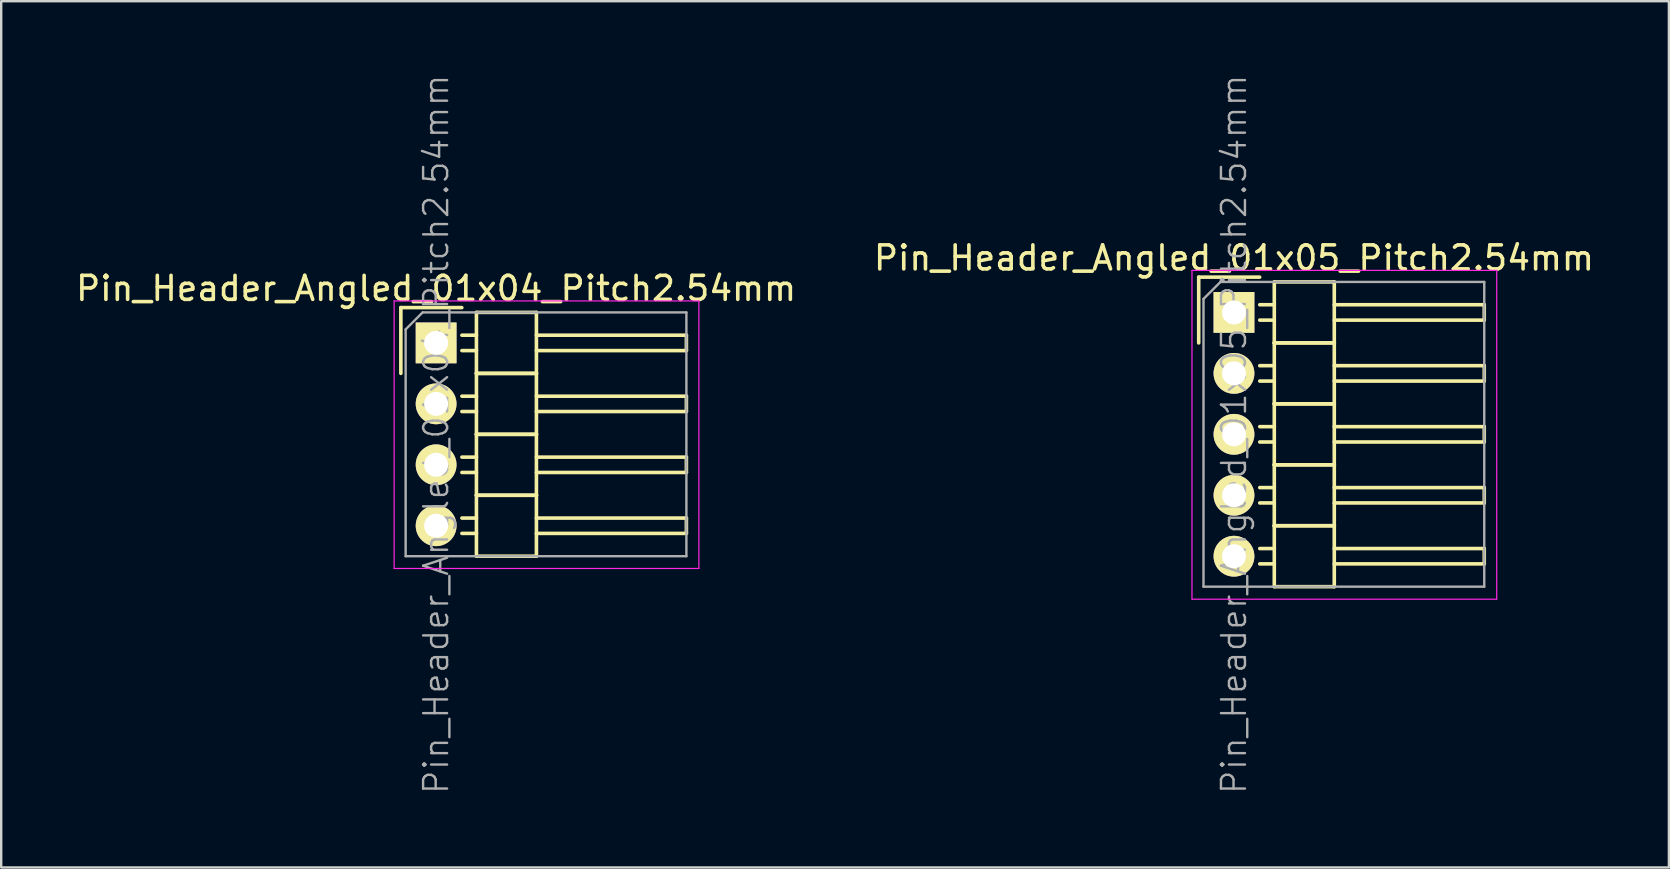
<source format=kicad_pcb>
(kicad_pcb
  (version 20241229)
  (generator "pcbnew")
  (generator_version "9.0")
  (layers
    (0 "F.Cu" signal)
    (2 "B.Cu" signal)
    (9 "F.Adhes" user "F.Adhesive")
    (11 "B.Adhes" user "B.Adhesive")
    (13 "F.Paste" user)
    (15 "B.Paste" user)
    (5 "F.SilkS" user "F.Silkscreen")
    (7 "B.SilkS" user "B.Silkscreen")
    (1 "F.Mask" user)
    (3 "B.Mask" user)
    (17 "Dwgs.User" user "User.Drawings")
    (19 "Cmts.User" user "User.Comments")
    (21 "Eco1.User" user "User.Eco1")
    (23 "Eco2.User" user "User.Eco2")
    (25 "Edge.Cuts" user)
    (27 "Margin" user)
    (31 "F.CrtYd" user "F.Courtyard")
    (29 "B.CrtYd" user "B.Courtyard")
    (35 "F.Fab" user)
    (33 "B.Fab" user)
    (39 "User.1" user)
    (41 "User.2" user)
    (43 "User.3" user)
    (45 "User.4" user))
  (footprint "Pin_Header_Angled_01x04_Pitch2.54mm"
    (layer "F.Cu")
    (at 15.125 11.24)
    (property "Reference" "Pin_Header_Angled_01x04_Pitch2.54mm" (at 0 -2.27 0) (layer "F.SilkS") (effects (font (size 1 1) (thickness 0.15))))
    (attr smd)
    (fp_line (start -1.47 -1.47) (end -1.47 1.27) (stroke (width 0.15) (type solid)) (layer "F.SilkS"))
    (fp_line (start -1.47 -1.47) (end 1.07 -1.47) (stroke (width 0.15) (type solid)) (layer "F.SilkS"))
    (fp_line (start 1.68 -0.32) (end 1.075 -0.32) (stroke (width 0.15) (type solid)) (layer "F.SilkS"))
    (fp_line (start 1.68 0.32) (end 1.075 0.32) (stroke (width 0.15) (type solid)) (layer "F.SilkS"))
    (fp_line (start 1.68 1.27) (end 1.68 -1.27) (stroke (width 0.15) (type solid)) (layer "F.SilkS"))
    (fp_line (start 1.68 2.22) (end 1.075 2.22) (stroke (width 0.15) (type solid)) (layer "F.SilkS"))
    (fp_line (start 1.68 2.86) (end 1.075 2.86) (stroke (width 0.15) (type solid)) (layer "F.SilkS"))
    (fp_line (start 1.68 3.81) (end 1.68 1.27) (stroke (width 0.15) (type solid)) (layer "F.SilkS"))
    (fp_line (start 1.68 4.76) (end 1.075 4.76) (stroke (width 0.15) (type solid)) (layer "F.SilkS"))
    (fp_line (start 1.68 5.4) (end 1.075 5.4) (stroke (width 0.15) (type solid)) (layer "F.SilkS"))
    (fp_line (start 1.68 6.35) (end 1.68 3.81) (stroke (width 0.15) (type solid)) (layer "F.SilkS"))
    (fp_line (start 1.68 7.3) (end 1.075 7.3) (stroke (width 0.15) (type solid)) (layer "F.SilkS"))
    (fp_line (start 1.68 7.94) (end 1.075 7.94) (stroke (width 0.15) (type solid)) (layer "F.SilkS"))
    (fp_line (start 1.68 8.89) (end 1.68 6.35) (stroke (width 0.15) (type solid)) (layer "F.SilkS"))
    (fp_line (start 4.18 -1.27) (end 1.68 -1.27) (stroke (width 0.15) (type solid)) (layer "F.SilkS"))
    (fp_line (start 4.18 -0.32) (end 10.43 -0.32) (stroke (width 0.15) (type solid)) (layer "F.SilkS"))
    (fp_line (start 4.18 0.32) (end 10.43 0.32) (stroke (width 0.15) (type solid)) (layer "F.SilkS"))
    (fp_line (start 4.18 1.27) (end 1.68 1.27) (stroke (width 0.15) (type solid)) (layer "F.SilkS"))
    (fp_line (start 4.18 1.27) (end 1.68 1.27) (stroke (width 0.15) (type solid)) (layer "F.SilkS"))
    (fp_line (start 4.18 1.27) (end 4.18 -1.27) (stroke (width 0.15) (type solid)) (layer "F.SilkS"))
    (fp_line (start 4.18 2.22) (end 10.43 2.22) (stroke (width 0.15) (type solid)) (layer "F.SilkS"))
    (fp_line (start 4.18 2.86) (end 10.43 2.86) (stroke (width 0.15) (type solid)) (layer "F.SilkS"))
    (fp_line (start 4.18 3.81) (end 1.68 3.81) (stroke (width 0.15) (type solid)) (layer "F.SilkS"))
    (fp_line (start 4.18 3.81) (end 1.68 3.81) (stroke (width 0.15) (type solid)) (layer "F.SilkS"))
    (fp_line (start 4.18 3.81) (end 4.18 1.27) (stroke (width 0.15) (type solid)) (layer "F.SilkS"))
    (fp_line (start 4.18 4.76) (end 10.43 4.76) (stroke (width 0.15) (type solid)) (layer "F.SilkS"))
    (fp_line (start 4.18 5.4) (end 10.43 5.4) (stroke (width 0.15) (type solid)) (layer "F.SilkS"))
    (fp_line (start 4.18 6.35) (end 1.68 6.35) (stroke (width 0.15) (type solid)) (layer "F.SilkS"))
    (fp_line (start 4.18 6.35) (end 1.68 6.35) (stroke (width 0.15) (type solid)) (layer "F.SilkS"))
    (fp_line (start 4.18 6.35) (end 4.18 3.81) (stroke (width 0.15) (type solid)) (layer "F.SilkS"))
    (fp_line (start 4.18 7.3) (end 10.43 7.3) (stroke (width 0.15) (type solid)) (layer "F.SilkS"))
    (fp_line (start 4.18 7.94) (end 10.43 7.94) (stroke (width 0.15) (type solid)) (layer "F.SilkS"))
    (fp_line (start 4.18 8.89) (end 1.68 8.89) (stroke (width 0.15) (type solid)) (layer "F.SilkS"))
    (fp_line (start 4.18 8.89) (end 4.18 6.35) (stroke (width 0.15) (type solid)) (layer "F.SilkS"))
    (fp_line (start 10.43 0.32) (end 10.43 -0.32) (stroke (width 0.15) (type solid)) (layer "F.SilkS"))
    (fp_line (start 10.43 2.86) (end 10.43 2.22) (stroke (width 0.15) (type solid)) (layer "F.SilkS"))
    (fp_line (start 10.43 5.4) (end 10.43 4.76) (stroke (width 0.15) (type solid)) (layer "F.SilkS"))
    (fp_line (start 10.43 7.94) (end 10.43 7.3) (stroke (width 0.15) (type solid)) (layer "F.SilkS"))
    (fp_line (start -1.75 -1.75) (end -1.75 9.4) (stroke (width 0.05) (type solid)) (layer "F.CrtYd"))
    (fp_line (start 10.95 -1.75) (end -1.75 -1.75) (stroke (width 0.05) (type solid)) (layer "F.CrtYd"))
    (fp_line (start 10.95 -1.75) (end 10.95 9.4) (stroke (width 0.05) (type solid)) (layer "F.CrtYd"))
    (fp_line (start 10.95 9.4) (end -1.75 9.4) (stroke (width 0.05) (type solid)) (layer "F.CrtYd"))
    (fp_line (start -1.27 -0.563) (end -0.563 -1.27) (stroke (width 0.1) (type solid)) (layer "F.Fab"))
    (fp_line (start -1.27 8.89) (end -1.27 -0.563) (stroke (width 0.1) (type solid)) (layer "F.Fab"))
    (fp_line (start 10.43 -1.27) (end -0.563 -1.27) (stroke (width 0.1) (type solid)) (layer "F.Fab"))
    (fp_line (start 10.43 8.89) (end -1.27 8.89) (stroke (width 0.1) (type solid)) (layer "F.Fab"))
    (fp_line (start 10.43 8.89) (end 10.43 -1.27) (stroke (width 0.1) (type solid)) (layer "F.Fab"))
    (fp_text user "${REFERENCE}" (at 0 3.81 90) (layer "F.Fab") (effects (font (size 1 1) (thickness 0.1))))
    (pad "1" thru_hole rect (at 0 0) (size 1.7 1.7) (drill 1) (layers "*.Cu" "*.Mask" "F.SilkS"))
    (pad "2" thru_hole oval (at 0 2.54) (size 1.7 1.7) (drill 1) (layers "*.Cu" "*.Mask" "F.SilkS"))
    (pad "3" thru_hole oval (at 0 5.08) (size 1.7 1.7) (drill 1) (layers "*.Cu" "*.Mask" "F.SilkS"))
    (pad "4" thru_hole oval (at 0 7.62) (size 1.7 1.7) (drill 1) (layers "*.Cu" "*.Mask" "F.SilkS")))
  (footprint "Pin_Header_Angled_01x05_Pitch2.54mm"
    (layer "F.Cu")
    (at 48.375 9.97)
    (property "Reference" "Pin_Header_Angled_01x05_Pitch2.54mm" (at 0 -2.27 0) (layer "F.SilkS") (effects (font (size 1 1) (thickness 0.15))))
    (attr smd)
    (fp_line (start -1.47 -1.47) (end -1.47 1.27) (stroke (width 0.15) (type solid)) (layer "F.SilkS"))
    (fp_line (start -1.47 -1.47) (end 1.07 -1.47) (stroke (width 0.15) (type solid)) (layer "F.SilkS"))
    (fp_line (start 1.68 -0.32) (end 1.075 -0.32) (stroke (width 0.15) (type solid)) (layer "F.SilkS"))
    (fp_line (start 1.68 0.32) (end 1.075 0.32) (stroke (width 0.15) (type solid)) (layer "F.SilkS"))
    (fp_line (start 1.68 1.27) (end 1.68 -1.27) (stroke (width 0.15) (type solid)) (layer "F.SilkS"))
    (fp_line (start 1.68 2.22) (end 1.075 2.22) (stroke (width 0.15) (type solid)) (layer "F.SilkS"))
    (fp_line (start 1.68 2.86) (end 1.075 2.86) (stroke (width 0.15) (type solid)) (layer "F.SilkS"))
    (fp_line (start 1.68 3.81) (end 1.68 1.27) (stroke (width 0.15) (type solid)) (layer "F.SilkS"))
    (fp_line (start 1.68 4.76) (end 1.075 4.76) (stroke (width 0.15) (type solid)) (layer "F.SilkS"))
    (fp_line (start 1.68 5.4) (end 1.075 5.4) (stroke (width 0.15) (type solid)) (layer "F.SilkS"))
    (fp_line (start 1.68 6.35) (end 1.68 3.81) (stroke (width 0.15) (type solid)) (layer "F.SilkS"))
    (fp_line (start 1.68 7.3) (end 1.075 7.3) (stroke (width 0.15) (type solid)) (layer "F.SilkS"))
    (fp_line (start 1.68 7.94) (end 1.075 7.94) (stroke (width 0.15) (type solid)) (layer "F.SilkS"))
    (fp_line (start 1.68 8.89) (end 1.68 6.35) (stroke (width 0.15) (type solid)) (layer "F.SilkS"))
    (fp_line (start 1.68 9.84) (end 1.075 9.84) (stroke (width 0.15) (type solid)) (layer "F.SilkS"))
    (fp_line (start 1.68 10.48) (end 1.075 10.48) (stroke (width 0.15) (type solid)) (layer "F.SilkS"))
    (fp_line (start 1.68 11.43) (end 1.68 8.89) (stroke (width 0.15) (type solid)) (layer "F.SilkS"))
    (fp_line (start 4.18 -1.27) (end 1.68 -1.27) (stroke (width 0.15) (type solid)) (layer "F.SilkS"))
    (fp_line (start 4.18 -0.32) (end 10.43 -0.32) (stroke (width 0.15) (type solid)) (layer "F.SilkS"))
    (fp_line (start 4.18 0.32) (end 10.43 0.32) (stroke (width 0.15) (type solid)) (layer "F.SilkS"))
    (fp_line (start 4.18 1.27) (end 1.68 1.27) (stroke (width 0.15) (type solid)) (layer "F.SilkS"))
    (fp_line (start 4.18 1.27) (end 1.68 1.27) (stroke (width 0.15) (type solid)) (layer "F.SilkS"))
    (fp_line (start 4.18 1.27) (end 4.18 -1.27) (stroke (width 0.15) (type solid)) (layer "F.SilkS"))
    (fp_line (start 4.18 2.22) (end 10.43 2.22) (stroke (width 0.15) (type solid)) (layer "F.SilkS"))
    (fp_line (start 4.18 2.86) (end 10.43 2.86) (stroke (width 0.15) (type solid)) (layer "F.SilkS"))
    (fp_line (start 4.18 3.81) (end 1.68 3.81) (stroke (width 0.15) (type solid)) (layer "F.SilkS"))
    (fp_line (start 4.18 3.81) (end 1.68 3.81) (stroke (width 0.15) (type solid)) (layer "F.SilkS"))
    (fp_line (start 4.18 3.81) (end 4.18 1.27) (stroke (width 0.15) (type solid)) (layer "F.SilkS"))
    (fp_line (start 4.18 4.76) (end 10.43 4.76) (stroke (width 0.15) (type solid)) (layer "F.SilkS"))
    (fp_line (start 4.18 5.4) (end 10.43 5.4) (stroke (width 0.15) (type solid)) (layer "F.SilkS"))
    (fp_line (start 4.18 6.35) (end 1.68 6.35) (stroke (width 0.15) (type solid)) (layer "F.SilkS"))
    (fp_line (start 4.18 6.35) (end 1.68 6.35) (stroke (width 0.15) (type solid)) (layer "F.SilkS"))
    (fp_line (start 4.18 6.35) (end 4.18 3.81) (stroke (width 0.15) (type solid)) (layer "F.SilkS"))
    (fp_line (start 4.18 7.3) (end 10.43 7.3) (stroke (width 0.15) (type solid)) (layer "F.SilkS"))
    (fp_line (start 4.18 7.94) (end 10.43 7.94) (stroke (width 0.15) (type solid)) (layer "F.SilkS"))
    (fp_line (start 4.18 8.89) (end 1.68 8.89) (stroke (width 0.15) (type solid)) (layer "F.SilkS"))
    (fp_line (start 4.18 8.89) (end 1.68 8.89) (stroke (width 0.15) (type solid)) (layer "F.SilkS"))
    (fp_line (start 4.18 8.89) (end 4.18 6.35) (stroke (width 0.15) (type solid)) (layer "F.SilkS"))
    (fp_line (start 4.18 9.84) (end 10.43 9.84) (stroke (width 0.15) (type solid)) (layer "F.SilkS"))
    (fp_line (start 4.18 10.48) (end 10.43 10.48) (stroke (width 0.15) (type solid)) (layer "F.SilkS"))
    (fp_line (start 4.18 11.43) (end 1.68 11.43) (stroke (width 0.15) (type solid)) (layer "F.SilkS"))
    (fp_line (start 4.18 11.43) (end 4.18 8.89) (stroke (width 0.15) (type solid)) (layer "F.SilkS"))
    (fp_line (start 10.43 0.32) (end 10.43 -0.32) (stroke (width 0.15) (type solid)) (layer "F.SilkS"))
    (fp_line (start 10.43 2.86) (end 10.43 2.22) (stroke (width 0.15) (type solid)) (layer "F.SilkS"))
    (fp_line (start 10.43 5.4) (end 10.43 4.76) (stroke (width 0.15) (type solid)) (layer "F.SilkS"))
    (fp_line (start 10.43 7.94) (end 10.43 7.3) (stroke (width 0.15) (type solid)) (layer "F.SilkS"))
    (fp_line (start 10.43 10.48) (end 10.43 9.84) (stroke (width 0.15) (type solid)) (layer "F.SilkS"))
    (fp_line (start -1.75 -1.75) (end -1.75 11.95) (stroke (width 0.05) (type solid)) (layer "F.CrtYd"))
    (fp_line (start 10.95 -1.75) (end -1.75 -1.75) (stroke (width 0.05) (type solid)) (layer "F.CrtYd"))
    (fp_line (start 10.95 -1.75) (end 10.95 11.95) (stroke (width 0.05) (type solid)) (layer "F.CrtYd"))
    (fp_line (start 10.95 11.95) (end -1.75 11.95) (stroke (width 0.05) (type solid)) (layer "F.CrtYd"))
    (fp_line (start -1.27 -0.563) (end -0.563 -1.27) (stroke (width 0.1) (type solid)) (layer "F.Fab"))
    (fp_line (start -1.27 11.43) (end -1.27 -0.563) (stroke (width 0.1) (type solid)) (layer "F.Fab"))
    (fp_line (start 10.43 -1.27) (end -0.563 -1.27) (stroke (width 0.1) (type solid)) (layer "F.Fab"))
    (fp_line (start 10.43 11.43) (end -1.27 11.43) (stroke (width 0.1) (type solid)) (layer "F.Fab"))
    (fp_line (start 10.43 11.43) (end 10.43 -1.27) (stroke (width 0.1) (type solid)) (layer "F.Fab"))
    (fp_text user "${REFERENCE}" (at 0 5.08 90) (layer "F.Fab") (effects (font (size 1 1) (thickness 0.1))))
    (pad "1" thru_hole rect (at 0 0) (size 1.7 1.7) (drill 1) (layers "*.Cu" "*.Mask" "F.SilkS"))
    (pad "2" thru_hole oval (at 0 2.54) (size 1.7 1.7) (drill 1) (layers "*.Cu" "*.Mask" "F.SilkS"))
    (pad "3" thru_hole oval (at 0 5.08) (size 1.7 1.7) (drill 1) (layers "*.Cu" "*.Mask" "F.SilkS"))
    (pad "4" thru_hole oval (at 0 7.62) (size 1.7 1.7) (drill 1) (layers "*.Cu" "*.Mask" "F.SilkS"))
    (pad "5" thru_hole oval (at 0 10.16) (size 1.7 1.7) (drill 1) (layers "*.Cu" "*.Mask" "F.SilkS")))
  (gr_rect
    (start -3 -3)
    (end 66.5 33.1)
    (stroke (width 0.1) (type default))
    (fill no)
    (layer "Edge.Cuts")))
</source>
